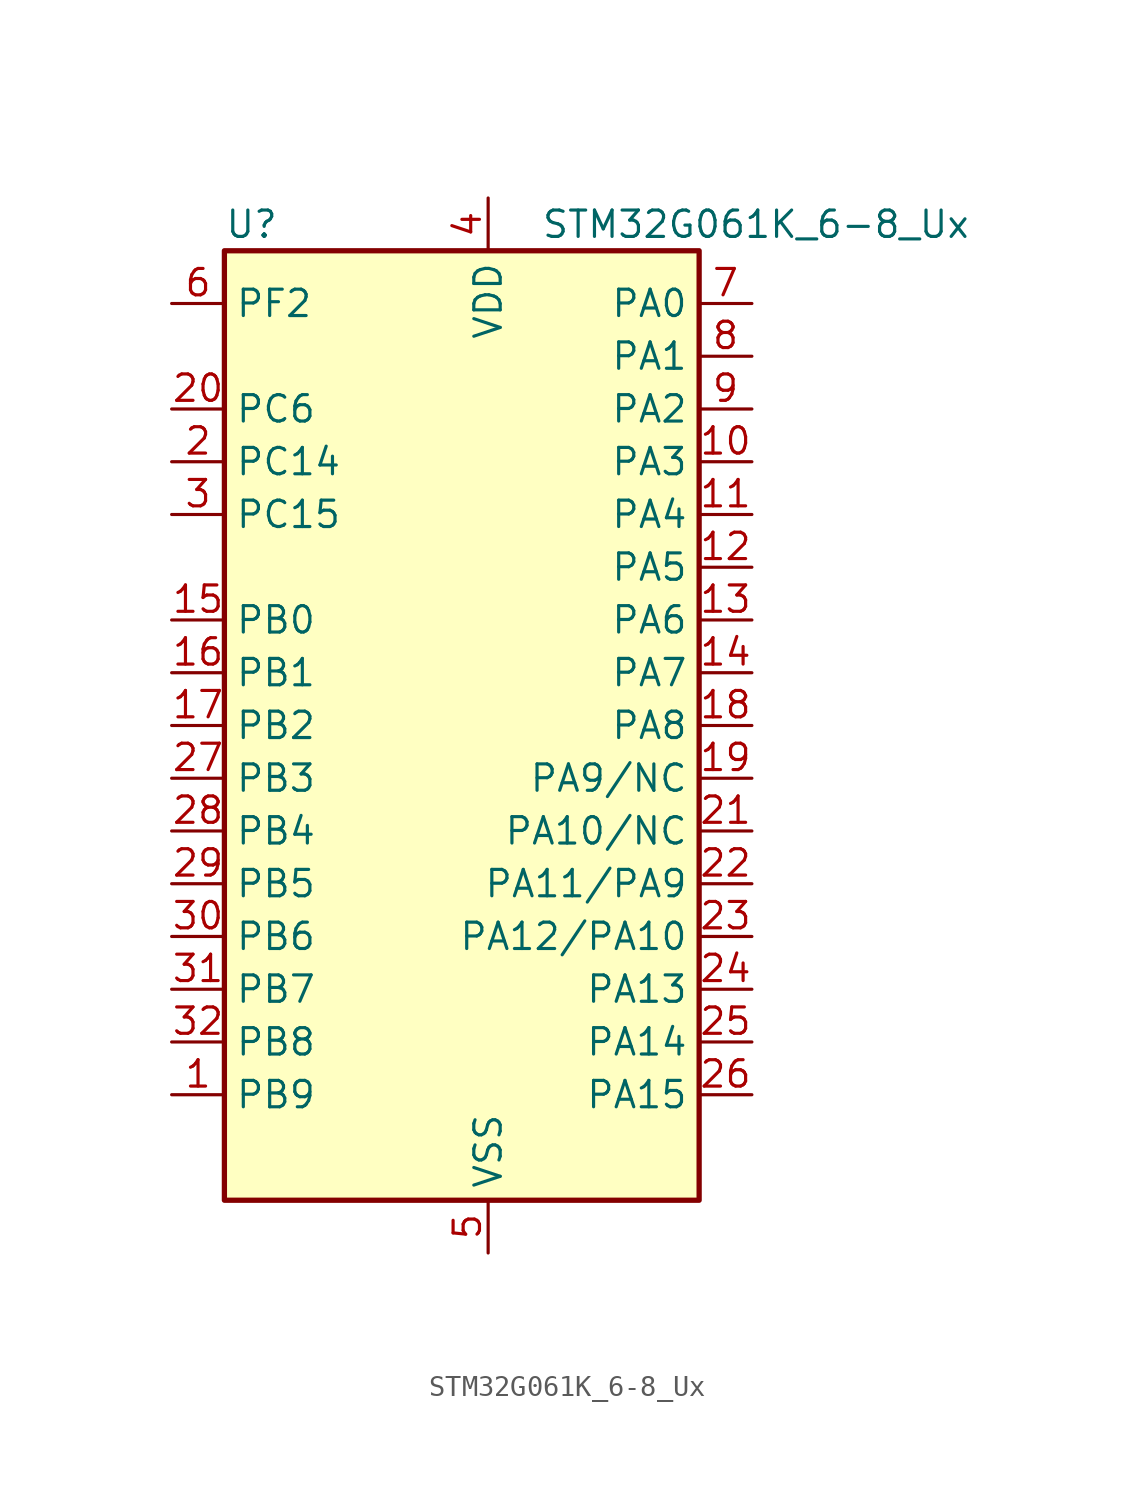
<source format=kicad_sym>
(kicad_symbol_lib
  (version 20220914)
  (generator kicad_symbol_editor)
  (symbol "STM32G061K_6-8_Ux"
    (property "Reference" "U"
      (at -10.16 24.13 0)
      (effects (font (size 1.27 1.27)) (justify left)))
    (property "Value" "STM32G061K_6-8_Ux"
      (at 5.08 24.13 0)
      (effects (font (size 1.27 1.27)) (justify left)))
    (property "ki_locked" ""
      (at 0 0 0)
      (effects (font (size 1.27 1.27))))
    (symbol "STM32G061K_6-8_Ux_0_1"
      (rectangle (start -10.16 -22.86) (end 12.7 22.86) (stroke (width 0.254) (type default)) (fill (type background))))
    (symbol "STM32G061K_6-8_Ux_1_1"
      (pin bidirectional line (at -12.7 -17.78 0) (length 2.54) (name "PB9" (effects (font (size 1.27 1.27)))) (number "1" (effects (font (size 1.27 1.27)))) (alternate "DAC1_EXTI9" bidirectional line) (alternate "I2C1_SDA" bidirectional line) (alternate "IR_OUT" bidirectional line) (alternate "SPI2_NSS" bidirectional line) (alternate "TIM17_CH1" bidirectional line))
      (pin bidirectional line (at 15.24 12.7 180) (length 2.54) (name "PA3" (effects (font (size 1.27 1.27)))) (number "10" (effects (font (size 1.27 1.27)))) (alternate "ADC1_IN3" bidirectional line) (alternate "COMP2_INP" bidirectional line) (alternate "LPUART1_RX" bidirectional line) (alternate "SPI2_MISO" bidirectional line) (alternate "TIM15_CH2" bidirectional line) (alternate "TIM2_CH4" bidirectional line) (alternate "USART2_RX" bidirectional line))
      (pin bidirectional line (at 15.24 10.16 180) (length 2.54) (name "PA4" (effects (font (size 1.27 1.27)))) (number "11" (effects (font (size 1.27 1.27)))) (alternate "ADC1_IN4" bidirectional line) (alternate "DAC1_OUT1" bidirectional line) (alternate "I2S1_WS" bidirectional line) (alternate "LPTIM2_OUT" bidirectional line) (alternate "RTC_OUT1" bidirectional line) (alternate "RTC_TAMP_IN1" bidirectional line) (alternate "RTC_TS" bidirectional line) (alternate "SPI1_NSS" bidirectional line) (alternate "SPI2_MOSI" bidirectional line) (alternate "SYS_WKUP2" bidirectional line) (alternate "TIM14_CH1" bidirectional line))
      (pin bidirectional line (at 15.24 7.62 180) (length 2.54) (name "PA5" (effects (font (size 1.27 1.27)))) (number "12" (effects (font (size 1.27 1.27)))) (alternate "ADC1_IN5" bidirectional line) (alternate "DAC1_OUT2" bidirectional line) (alternate "I2S1_CK" bidirectional line) (alternate "LPTIM2_ETR" bidirectional line) (alternate "SPI1_SCK" bidirectional line) (alternate "TIM2_CH1" bidirectional line) (alternate "TIM2_ETR" bidirectional line))
      (pin bidirectional line (at 15.24 5.08 180) (length 2.54) (name "PA6" (effects (font (size 1.27 1.27)))) (number "13" (effects (font (size 1.27 1.27)))) (alternate "ADC1_IN6" bidirectional line) (alternate "COMP1_OUT" bidirectional line) (alternate "I2S1_MCK" bidirectional line) (alternate "LPUART1_CTS" bidirectional line) (alternate "SPI1_MISO" bidirectional line) (alternate "TIM16_CH1" bidirectional line) (alternate "TIM1_BK" bidirectional line) (alternate "TIM3_CH1" bidirectional line))
      (pin bidirectional line (at 15.24 2.54 180) (length 2.54) (name "PA7" (effects (font (size 1.27 1.27)))) (number "14" (effects (font (size 1.27 1.27)))) (alternate "ADC1_IN7" bidirectional line) (alternate "COMP2_OUT" bidirectional line) (alternate "I2S1_SD" bidirectional line) (alternate "SPI1_MOSI" bidirectional line) (alternate "TIM14_CH1" bidirectional line) (alternate "TIM17_CH1" bidirectional line) (alternate "TIM1_CH1N" bidirectional line) (alternate "TIM3_CH2" bidirectional line))
      (pin bidirectional line (at -12.7 5.08 0) (length 2.54) (name "PB0" (effects (font (size 1.27 1.27)))) (number "15" (effects (font (size 1.27 1.27)))) (alternate "ADC1_IN8" bidirectional line) (alternate "COMP1_OUT" bidirectional line) (alternate "I2S1_WS" bidirectional line) (alternate "LPTIM1_OUT" bidirectional line) (alternate "SPI1_NSS" bidirectional line) (alternate "TIM1_CH2N" bidirectional line) (alternate "TIM3_CH3" bidirectional line))
      (pin bidirectional line (at -12.7 2.54 0) (length 2.54) (name "PB1" (effects (font (size 1.27 1.27)))) (number "16" (effects (font (size 1.27 1.27)))) (alternate "ADC1_IN9" bidirectional line) (alternate "COMP1_INM" bidirectional line) (alternate "LPTIM2_IN1" bidirectional line) (alternate "LPUART1_DE" bidirectional line) (alternate "LPUART1_RTS" bidirectional line) (alternate "TIM14_CH1" bidirectional line) (alternate "TIM1_CH3N" bidirectional line) (alternate "TIM3_CH4" bidirectional line))
      (pin bidirectional line (at -12.7 0 0) (length 2.54) (name "PB2" (effects (font (size 1.27 1.27)))) (number "17" (effects (font (size 1.27 1.27)))) (alternate "ADC1_IN10" bidirectional line) (alternate "COMP1_INP" bidirectional line) (alternate "LPTIM1_OUT" bidirectional line) (alternate "SPI2_MISO" bidirectional line))
      (pin bidirectional line (at 15.24 0 180) (length 2.54) (name "PA8" (effects (font (size 1.27 1.27)))) (number "18" (effects (font (size 1.27 1.27)))) (alternate "LPTIM2_OUT" bidirectional line) (alternate "RCC_MCO" bidirectional line) (alternate "SPI2_NSS" bidirectional line) (alternate "TIM1_CH1" bidirectional line))
      (pin bidirectional line (at 15.24 -2.54 180) (length 2.54) (name "PA9/NC" (effects (font (size 1.27 1.27)))) (number "19" (effects (font (size 1.27 1.27)))) (alternate "DAC1_EXTI9" bidirectional line) (alternate "I2C1_SCL" bidirectional line) (alternate "RCC_MCO" bidirectional line) (alternate "SPI2_MISO" bidirectional line) (alternate "TIM15_BK" bidirectional line) (alternate "TIM1_CH2" bidirectional line) (alternate "USART1_TX" bidirectional line))
      (pin bidirectional line (at -12.7 12.7 0) (length 2.54) (name "PC14" (effects (font (size 1.27 1.27)))) (number "2" (effects (font (size 1.27 1.27)))) (alternate "RCC_OSC32_IN" bidirectional line) (alternate "RCC_OSC_IN" bidirectional line) (alternate "TIM1_BK2" bidirectional line))
      (pin bidirectional line (at -12.7 15.24 0) (length 2.54) (name "PC6" (effects (font (size 1.27 1.27)))) (number "20" (effects (font (size 1.27 1.27)))) (alternate "TIM2_CH3" bidirectional line) (alternate "TIM3_CH1" bidirectional line))
      (pin bidirectional line (at 15.24 -5.08 180) (length 2.54) (name "PA10/NC" (effects (font (size 1.27 1.27)))) (number "21" (effects (font (size 1.27 1.27)))) (alternate "I2C1_SDA" bidirectional line) (alternate "SPI2_MOSI" bidirectional line) (alternate "TIM17_BK" bidirectional line) (alternate "TIM1_CH3" bidirectional line) (alternate "USART1_RX" bidirectional line))
      (pin bidirectional line (at 15.24 -7.62 180) (length 2.54) (name "PA11/PA9" (effects (font (size 1.27 1.27)))) (number "22" (effects (font (size 1.27 1.27)))) (alternate "ADC1_EXTI11" bidirectional line) (alternate "ADC1_IN15" bidirectional line) (alternate "COMP1_OUT" bidirectional line) (alternate "I2C2_SCL" bidirectional line) (alternate "I2S1_MCK" bidirectional line) (alternate "SPI1_MISO" bidirectional line) (alternate "TIM1_BK2" bidirectional line) (alternate "TIM1_CH4" bidirectional line) (alternate "USART1_CTS" bidirectional line) (alternate "USART1_NSS" bidirectional line))
      (pin bidirectional line (at 15.24 -10.16 180) (length 2.54) (name "PA12/PA10" (effects (font (size 1.27 1.27)))) (number "23" (effects (font (size 1.27 1.27)))) (alternate "ADC1_IN16" bidirectional line) (alternate "COMP2_OUT" bidirectional line) (alternate "I2C2_SDA" bidirectional line) (alternate "I2S1_SD" bidirectional line) (alternate "I2S_CKIN" bidirectional line) (alternate "SPI1_MOSI" bidirectional line) (alternate "TIM1_ETR" bidirectional line) (alternate "USART1_CK" bidirectional line) (alternate "USART1_DE" bidirectional line) (alternate "USART1_RTS" bidirectional line))
      (pin bidirectional line (at 15.24 -12.7 180) (length 2.54) (name "PA13" (effects (font (size 1.27 1.27)))) (number "24" (effects (font (size 1.27 1.27)))) (alternate "ADC1_IN17" bidirectional line) (alternate "IR_OUT" bidirectional line) (alternate "SYS_SWDIO" bidirectional line))
      (pin bidirectional line (at 15.24 -15.24 180) (length 2.54) (name "PA14" (effects (font (size 1.27 1.27)))) (number "25" (effects (font (size 1.27 1.27)))) (alternate "ADC1_IN18" bidirectional line) (alternate "SYS_SWCLK" bidirectional line) (alternate "USART2_TX" bidirectional line))
      (pin bidirectional line (at 15.24 -17.78 180) (length 2.54) (name "PA15" (effects (font (size 1.27 1.27)))) (number "26" (effects (font (size 1.27 1.27)))) (alternate "I2S1_WS" bidirectional line) (alternate "SPI1_NSS" bidirectional line) (alternate "TIM2_CH1" bidirectional line) (alternate "TIM2_ETR" bidirectional line) (alternate "USART2_RX" bidirectional line))
      (pin bidirectional line (at -12.7 -2.54 0) (length 2.54) (name "PB3" (effects (font (size 1.27 1.27)))) (number "27" (effects (font (size 1.27 1.27)))) (alternate "COMP2_INM" bidirectional line) (alternate "I2S1_CK" bidirectional line) (alternate "SPI1_SCK" bidirectional line) (alternate "TIM1_CH2" bidirectional line) (alternate "TIM2_CH2" bidirectional line) (alternate "USART1_CK" bidirectional line) (alternate "USART1_DE" bidirectional line) (alternate "USART1_RTS" bidirectional line))
      (pin bidirectional line (at -12.7 -5.08 0) (length 2.54) (name "PB4" (effects (font (size 1.27 1.27)))) (number "28" (effects (font (size 1.27 1.27)))) (alternate "COMP2_INP" bidirectional line) (alternate "I2S1_MCK" bidirectional line) (alternate "SPI1_MISO" bidirectional line) (alternate "TIM17_BK" bidirectional line) (alternate "TIM3_CH1" bidirectional line) (alternate "USART1_CTS" bidirectional line) (alternate "USART1_NSS" bidirectional line))
      (pin bidirectional line (at -12.7 -7.62 0) (length 2.54) (name "PB5" (effects (font (size 1.27 1.27)))) (number "29" (effects (font (size 1.27 1.27)))) (alternate "COMP2_OUT" bidirectional line) (alternate "I2C1_SMBA" bidirectional line) (alternate "I2S1_SD" bidirectional line) (alternate "LPTIM1_IN1" bidirectional line) (alternate "SPI1_MOSI" bidirectional line) (alternate "SYS_WKUP6" bidirectional line) (alternate "TIM16_BK" bidirectional line) (alternate "TIM3_CH2" bidirectional line))
      (pin bidirectional line (at -12.7 10.16 0) (length 2.54) (name "PC15" (effects (font (size 1.27 1.27)))) (number "3" (effects (font (size 1.27 1.27)))) (alternate "RCC_OSC32_EN" bidirectional line) (alternate "RCC_OSC32_OUT" bidirectional line) (alternate "RCC_OSC_EN" bidirectional line) (alternate "TIM15_BK" bidirectional line))
      (pin bidirectional line (at -12.7 -10.16 0) (length 2.54) (name "PB6" (effects (font (size 1.27 1.27)))) (number "30" (effects (font (size 1.27 1.27)))) (alternate "COMP2_INP" bidirectional line) (alternate "I2C1_SCL" bidirectional line) (alternate "LPTIM1_ETR" bidirectional line) (alternate "SPI2_MISO" bidirectional line) (alternate "TIM16_CH1N" bidirectional line) (alternate "TIM1_CH3" bidirectional line) (alternate "USART1_TX" bidirectional line))
      (pin bidirectional line (at -12.7 -12.7 0) (length 2.54) (name "PB7" (effects (font (size 1.27 1.27)))) (number "31" (effects (font (size 1.27 1.27)))) (alternate "ADC1_IN11" bidirectional line) (alternate "COMP2_INM" bidirectional line) (alternate "I2C1_SDA" bidirectional line) (alternate "LPTIM1_IN2" bidirectional line) (alternate "SPI2_MOSI" bidirectional line) (alternate "SYS_PVD_IN" bidirectional line) (alternate "TIM17_CH1N" bidirectional line) (alternate "USART1_RX" bidirectional line))
      (pin bidirectional line (at -12.7 -15.24 0) (length 2.54) (name "PB8" (effects (font (size 1.27 1.27)))) (number "32" (effects (font (size 1.27 1.27)))) (alternate "I2C1_SCL" bidirectional line) (alternate "SPI2_SCK" bidirectional line) (alternate "TIM15_BK" bidirectional line) (alternate "TIM16_CH1" bidirectional line))
      (pin passive line (at 2.54 -25.4 90) (length 2.54) hide (name "VSS" (effects (font (size 1.27 1.27)))) (number "33" (effects (font (size 1.27 1.27)))))
      (pin power_in line (at 2.54 25.4 270) (length 2.54) (name "VDD" (effects (font (size 1.27 1.27)))) (number "4" (effects (font (size 1.27 1.27)))))
      (pin power_in line (at 2.54 -25.4 90) (length 2.54) (name "VSS" (effects (font (size 1.27 1.27)))) (number "5" (effects (font (size 1.27 1.27)))))
      (pin bidirectional line (at -12.7 20.32 0) (length 2.54) (name "PF2" (effects (font (size 1.27 1.27)))) (number "6" (effects (font (size 1.27 1.27)))) (alternate "RCC_MCO" bidirectional line))
      (pin bidirectional line (at 15.24 20.32 180) (length 2.54) (name "PA0" (effects (font (size 1.27 1.27)))) (number "7" (effects (font (size 1.27 1.27)))) (alternate "ADC1_IN0" bidirectional line) (alternate "COMP1_INM" bidirectional line) (alternate "COMP1_OUT" bidirectional line) (alternate "LPTIM1_OUT" bidirectional line) (alternate "RTC_TAMP_IN2" bidirectional line) (alternate "SPI2_SCK" bidirectional line) (alternate "SYS_WKUP1" bidirectional line) (alternate "TIM2_CH1" bidirectional line) (alternate "TIM2_ETR" bidirectional line) (alternate "USART2_CTS" bidirectional line) (alternate "USART2_NSS" bidirectional line))
      (pin bidirectional line (at 15.24 17.78 180) (length 2.54) (name "PA1" (effects (font (size 1.27 1.27)))) (number "8" (effects (font (size 1.27 1.27)))) (alternate "ADC1_IN1" bidirectional line) (alternate "COMP1_INP" bidirectional line) (alternate "I2C1_SMBA" bidirectional line) (alternate "I2S1_CK" bidirectional line) (alternate "SPI1_SCK" bidirectional line) (alternate "TIM15_CH1N" bidirectional line) (alternate "TIM2_CH2" bidirectional line) (alternate "USART2_CK" bidirectional line) (alternate "USART2_DE" bidirectional line) (alternate "USART2_RTS" bidirectional line))
      (pin bidirectional line (at 15.24 15.24 180) (length 2.54) (name "PA2" (effects (font (size 1.27 1.27)))) (number "9" (effects (font (size 1.27 1.27)))) (alternate "ADC1_IN2" bidirectional line) (alternate "COMP2_INM" bidirectional line) (alternate "COMP2_OUT" bidirectional line) (alternate "I2S1_SD" bidirectional line) (alternate "LPUART1_TX" bidirectional line) (alternate "RCC_LSCO" bidirectional line) (alternate "SPI1_MOSI" bidirectional line) (alternate "SYS_WKUP4" bidirectional line) (alternate "TIM15_CH1" bidirectional line) (alternate "TIM2_CH3" bidirectional line) (alternate "USART2_TX" bidirectional line)))))
</source>
